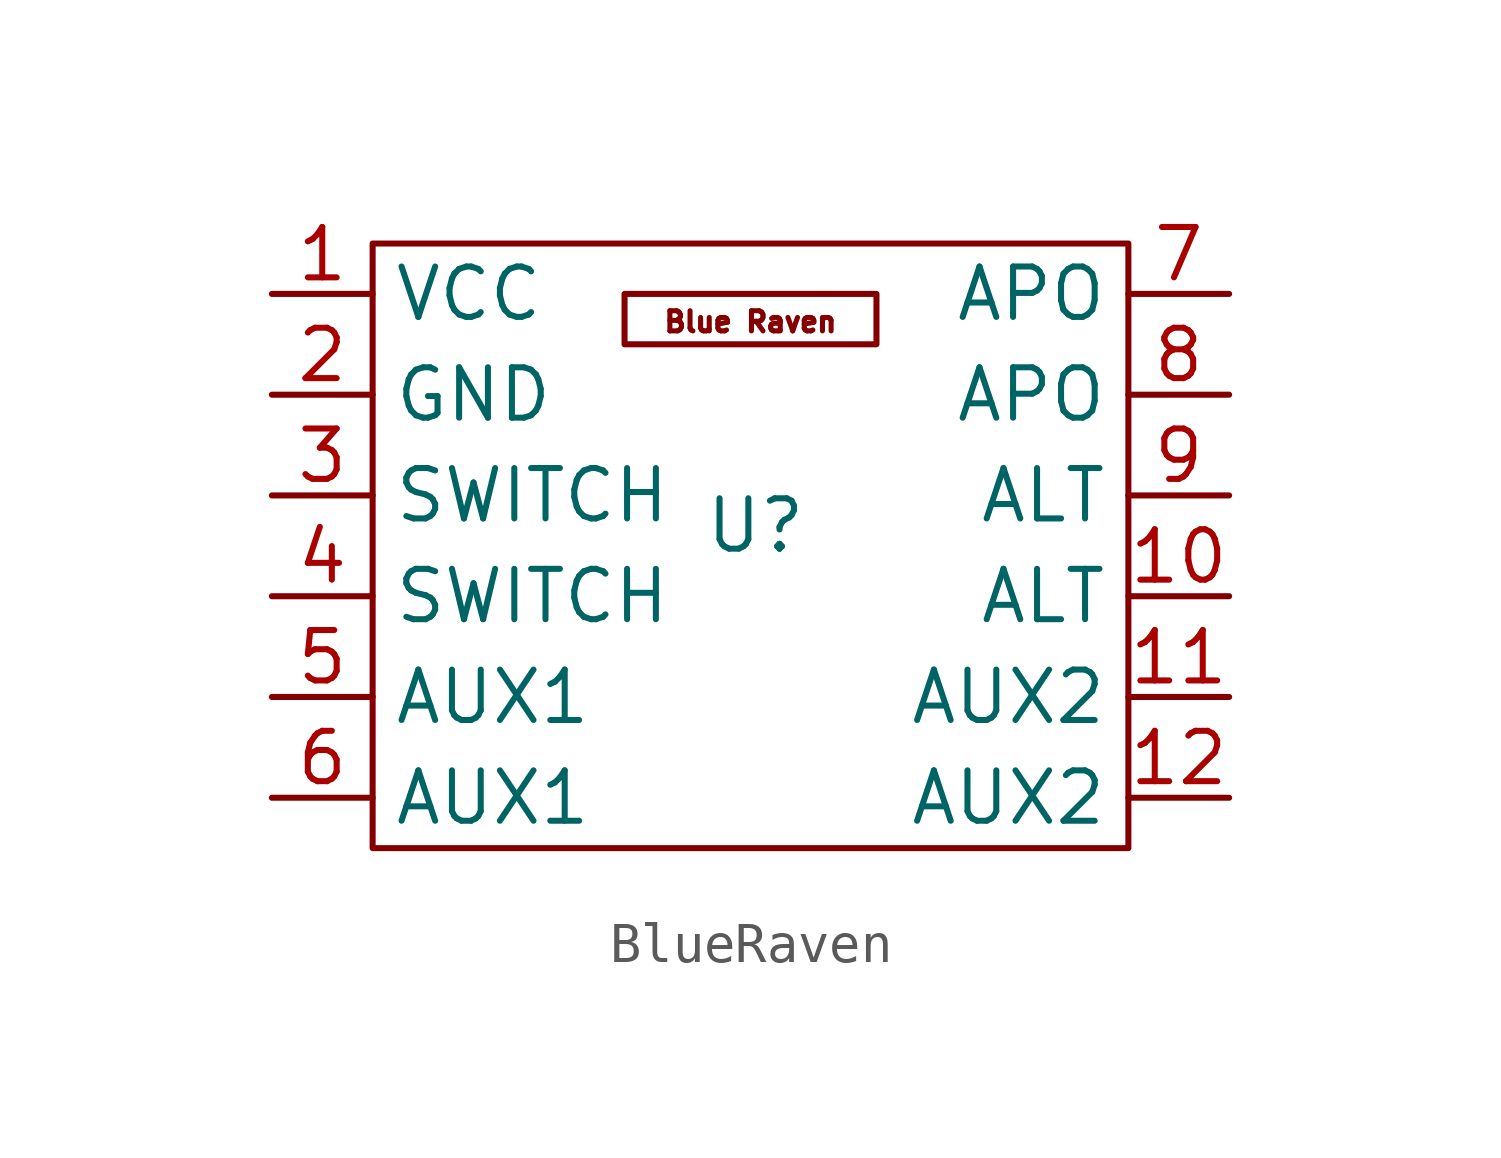
<source format=kicad_sym>
(kicad_symbol_lib
  (version 20231120)
  (generator "kicad_symbol_editor")
  (generator_version "8.0")
  (symbol "BlueRaven"
    (property "Reference" "U"
      (at -0.508 0.508 0)
      (effects (font (size 1.27 1.27))))
    (property "Value" ""
      (at -0.635 2.54 0)
      (effects (font (size 1.27 1.27))))
    (symbol "BlueRaven_0_1"
      (rectangle (start -10.16 7.62) (end 8.89 -7.62) (stroke (width 0) (type default)) (fill (type none))))
    (symbol "BlueRaven_1_1"
      (text_box "Blue Raven" (at -3.81 6.35 0) (size 6.35 -1.27) (stroke (width 0) (type default)) (fill (type none)) (effects (font (face "KiCad Font") (size 0.508 0.508)) (justify top)))
      (pin power_in line (at -12.7 6.35 0) (length 2.54) (name "VCC" (effects (font (size 1.27 1.27)))) (number "1" (effects (font (size 1.27 1.27)))))
      (pin bidirectional line (at 11.43 -1.27 180) (length 2.54) (name "ALT" (effects (font (size 1.27 1.27)))) (number "10" (effects (font (size 1.27 1.27)))))
      (pin bidirectional line (at 11.43 -3.81 180) (length 2.54) (name "AUX2" (effects (font (size 1.27 1.27)))) (number "11" (effects (font (size 1.27 1.27)))))
      (pin bidirectional line (at 11.43 -6.35 180) (length 2.54) (name "AUX2" (effects (font (size 1.27 1.27)))) (number "12" (effects (font (size 1.27 1.27)))))
      (pin power_in line (at -12.7 3.81 0) (length 2.54) (name "GND" (effects (font (size 1.27 1.27)))) (number "2" (effects (font (size 1.27 1.27)))))
      (pin bidirectional line (at -12.7 1.27 0) (length 2.54) (name "SWITCH" (effects (font (size 1.27 1.27)))) (number "3" (effects (font (size 1.27 1.27)))))
      (pin bidirectional line (at -12.7 -1.27 0) (length 2.54) (name "SWITCH" (effects (font (size 1.27 1.27)))) (number "4" (effects (font (size 1.27 1.27)))))
      (pin bidirectional line (at -12.7 -3.81 0) (length 2.54) (name "AUX1" (effects (font (size 1.27 1.27)))) (number "5" (effects (font (size 1.27 1.27)))))
      (pin bidirectional line (at -12.7 -6.35 0) (length 2.54) (name "AUX1" (effects (font (size 1.27 1.27)))) (number "6" (effects (font (size 1.27 1.27)))))
      (pin bidirectional line (at 11.43 6.35 180) (length 2.54) (name "APO" (effects (font (size 1.27 1.27)))) (number "7" (effects (font (size 1.27 1.27)))))
      (pin bidirectional line (at 11.43 3.81 180) (length 2.54) (name "APO" (effects (font (size 1.27 1.27)))) (number "8" (effects (font (size 1.27 1.27)))))
      (pin bidirectional line (at 11.43 1.27 180) (length 2.54) (name "ALT" (effects (font (size 1.27 1.27)))) (number "9" (effects (font (size 1.27 1.27))))))))
</source>
